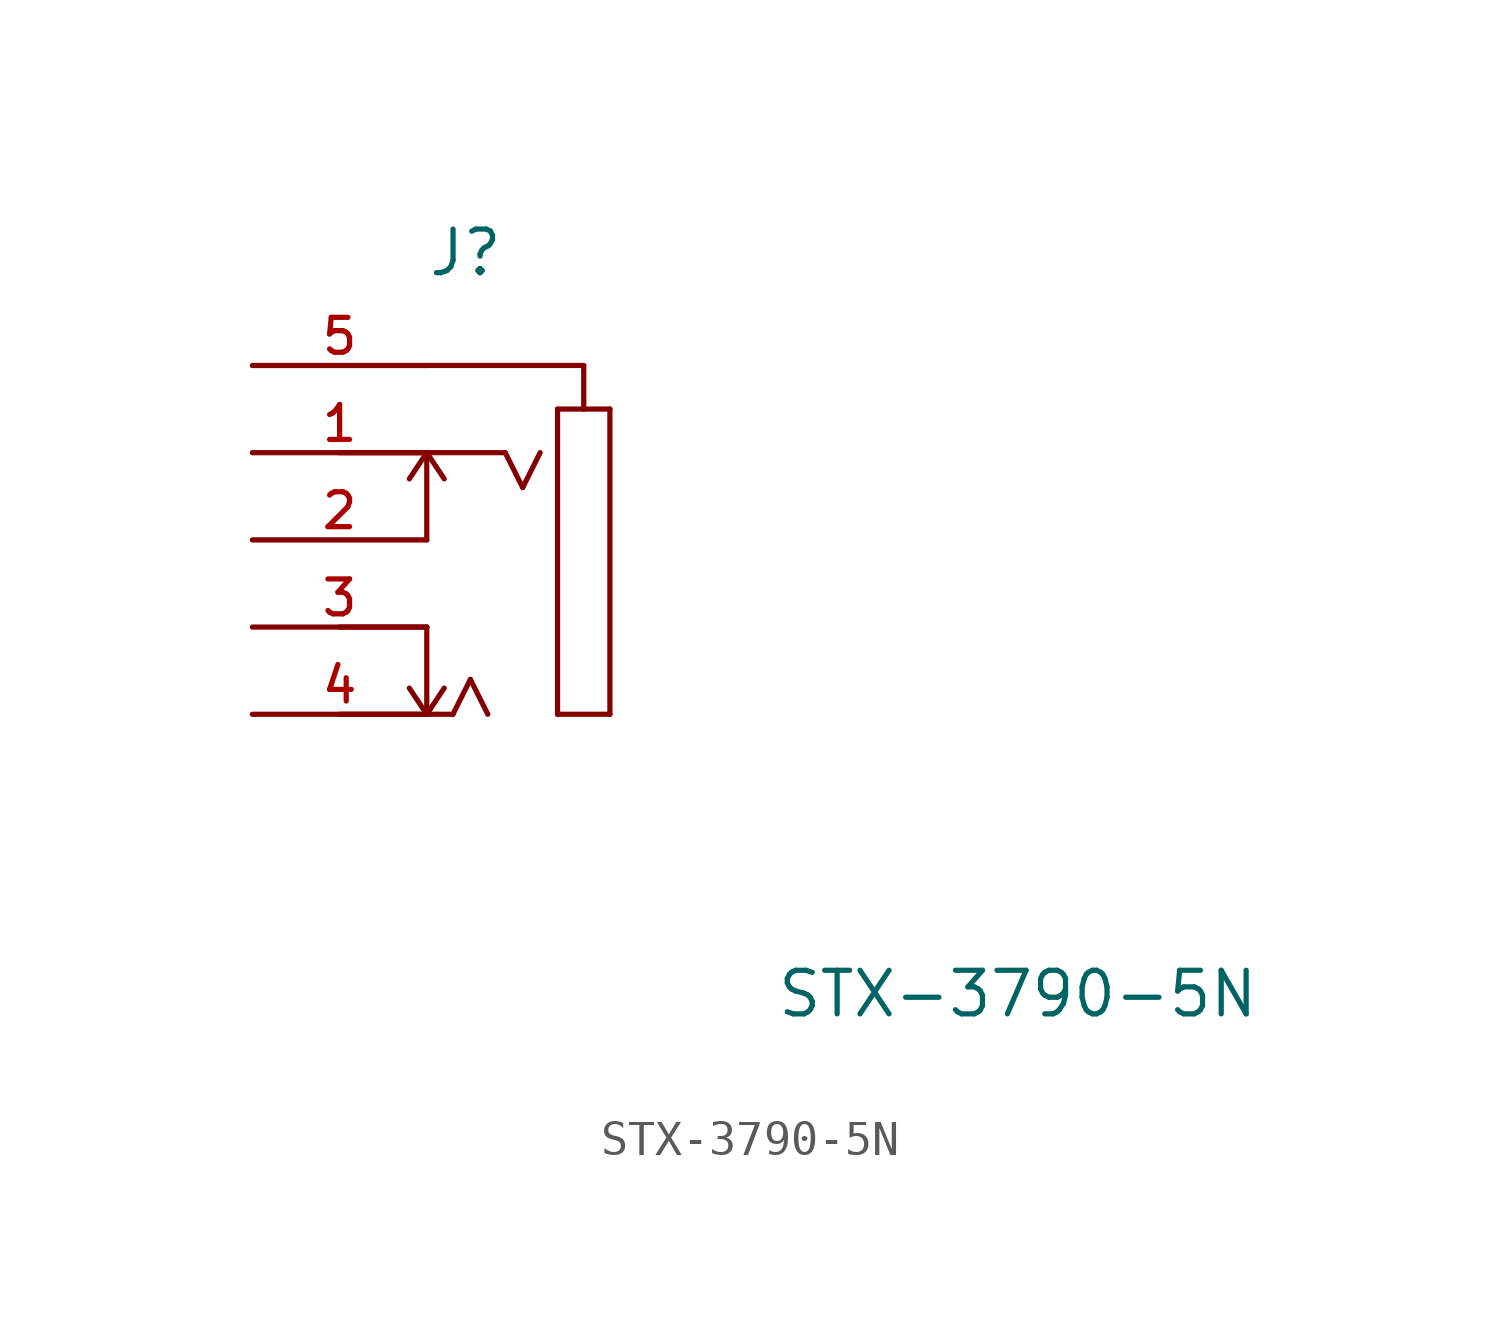
<source format=kicad_sym>
(kicad_symbol_lib
  (version 20220914)
  (generator kicad_symbol_editor)
  (symbol "STX-3790-5N"
    (pin_names
      (offset 1.016))
    (property "Reference" "J"
      (at 0 7.62 0)
      (effects (font (size 1.27 1.27)) (justify left bottom)))
    (property "Value" "STX-3790-5N"
      (at 10.16 -13.97 0)
      (effects (font (size 1.27 1.27)) (justify left bottom)))
    (symbol "STX-3790-5N_0_0"
      (polyline (pts (xy -2.54 -5.08) (xy 0 -5.08)) (stroke (width 0.152) (type default)) (fill (type none)))
      (polyline (pts (xy -2.54 -2.54) (xy 0 -2.54)) (stroke (width 0.152) (type default)) (fill (type none)))
      (polyline (pts (xy -2.54 2.54) (xy 2.286 2.54)) (stroke (width 0.152) (type default)) (fill (type none)))
      (polyline (pts (xy 0 -5.08) (xy -0.508 -4.318)) (stroke (width 0.152) (type default)) (fill (type none)))
      (polyline (pts (xy 0 -5.08) (xy 0.508 -4.318)) (stroke (width 0.152) (type default)) (fill (type none)))
      (polyline (pts (xy 0 -5.08) (xy 0.762 -5.08)) (stroke (width 0.152) (type default)) (fill (type none)))
      (polyline (pts (xy 0 -2.54) (xy 0 -5.08)) (stroke (width 0.152) (type default)) (fill (type none)))
      (polyline (pts (xy 0 0) (xy 0 2.54)) (stroke (width 0.152) (type default)) (fill (type none)))
      (polyline (pts (xy 0 2.54) (xy -0.508 1.778)) (stroke (width 0.152) (type default)) (fill (type none)))
      (polyline (pts (xy 0 2.54) (xy 0.508 1.778)) (stroke (width 0.152) (type default)) (fill (type none)))
      (polyline (pts (xy 0.762 -5.08) (xy 1.27 -4.064)) (stroke (width 0.152) (type default)) (fill (type none)))
      (polyline (pts (xy 1.27 -4.064) (xy 1.778 -5.08)) (stroke (width 0.152) (type default)) (fill (type none)))
      (polyline (pts (xy 2.286 2.54) (xy 2.794 1.524)) (stroke (width 0.152) (type default)) (fill (type none)))
      (polyline (pts (xy 2.794 1.524) (xy 3.302 2.54)) (stroke (width 0.152) (type default)) (fill (type none)))
      (polyline (pts (xy 3.81 -5.08) (xy 3.81 3.81)) (stroke (width 0.152) (type default)) (fill (type none)))
      (polyline (pts (xy 3.81 -5.08) (xy 5.334 -5.08)) (stroke (width 0.152) (type default)) (fill (type none)))
      (polyline (pts (xy 3.81 3.81) (xy 4.572 3.81)) (stroke (width 0.152) (type default)) (fill (type none)))
      (polyline (pts (xy 4.572 3.81) (xy 4.572 5.08)) (stroke (width 0.152) (type default)) (fill (type none)))
      (polyline (pts (xy 4.572 3.81) (xy 5.334 3.81)) (stroke (width 0.152) (type default)) (fill (type none)))
      (polyline (pts (xy 4.572 5.08) (xy 0 5.08)) (stroke (width 0.152) (type default)) (fill (type none)))
      (polyline (pts (xy 5.334 3.81) (xy 5.334 -5.08)) (stroke (width 0.152) (type default)) (fill (type none))))
    (symbol "STX-3790-5N_1_0"
      (pin passive line (at -5.08 2.54 0) (length 5.08) (name "~" (effects (font (size 1.016 1.016)))) (number "1" (effects (font (size 1.016 1.016)))))
      (pin passive line (at -5.08 0 0) (length 5.08) (name "~" (effects (font (size 1.016 1.016)))) (number "2" (effects (font (size 1.016 1.016)))))
      (pin passive line (at -5.08 -2.54 0) (length 5.08) (name "~" (effects (font (size 1.016 1.016)))) (number "3" (effects (font (size 1.016 1.016)))))
      (pin passive line (at -5.08 -5.08 0) (length 5.08) (name "~" (effects (font (size 1.016 1.016)))) (number "4" (effects (font (size 1.016 1.016)))))
      (pin passive line (at -5.08 5.08 0) (length 5.08) (name "~" (effects (font (size 1.016 1.016)))) (number "5" (effects (font (size 1.016 1.016))))))))
</source>
